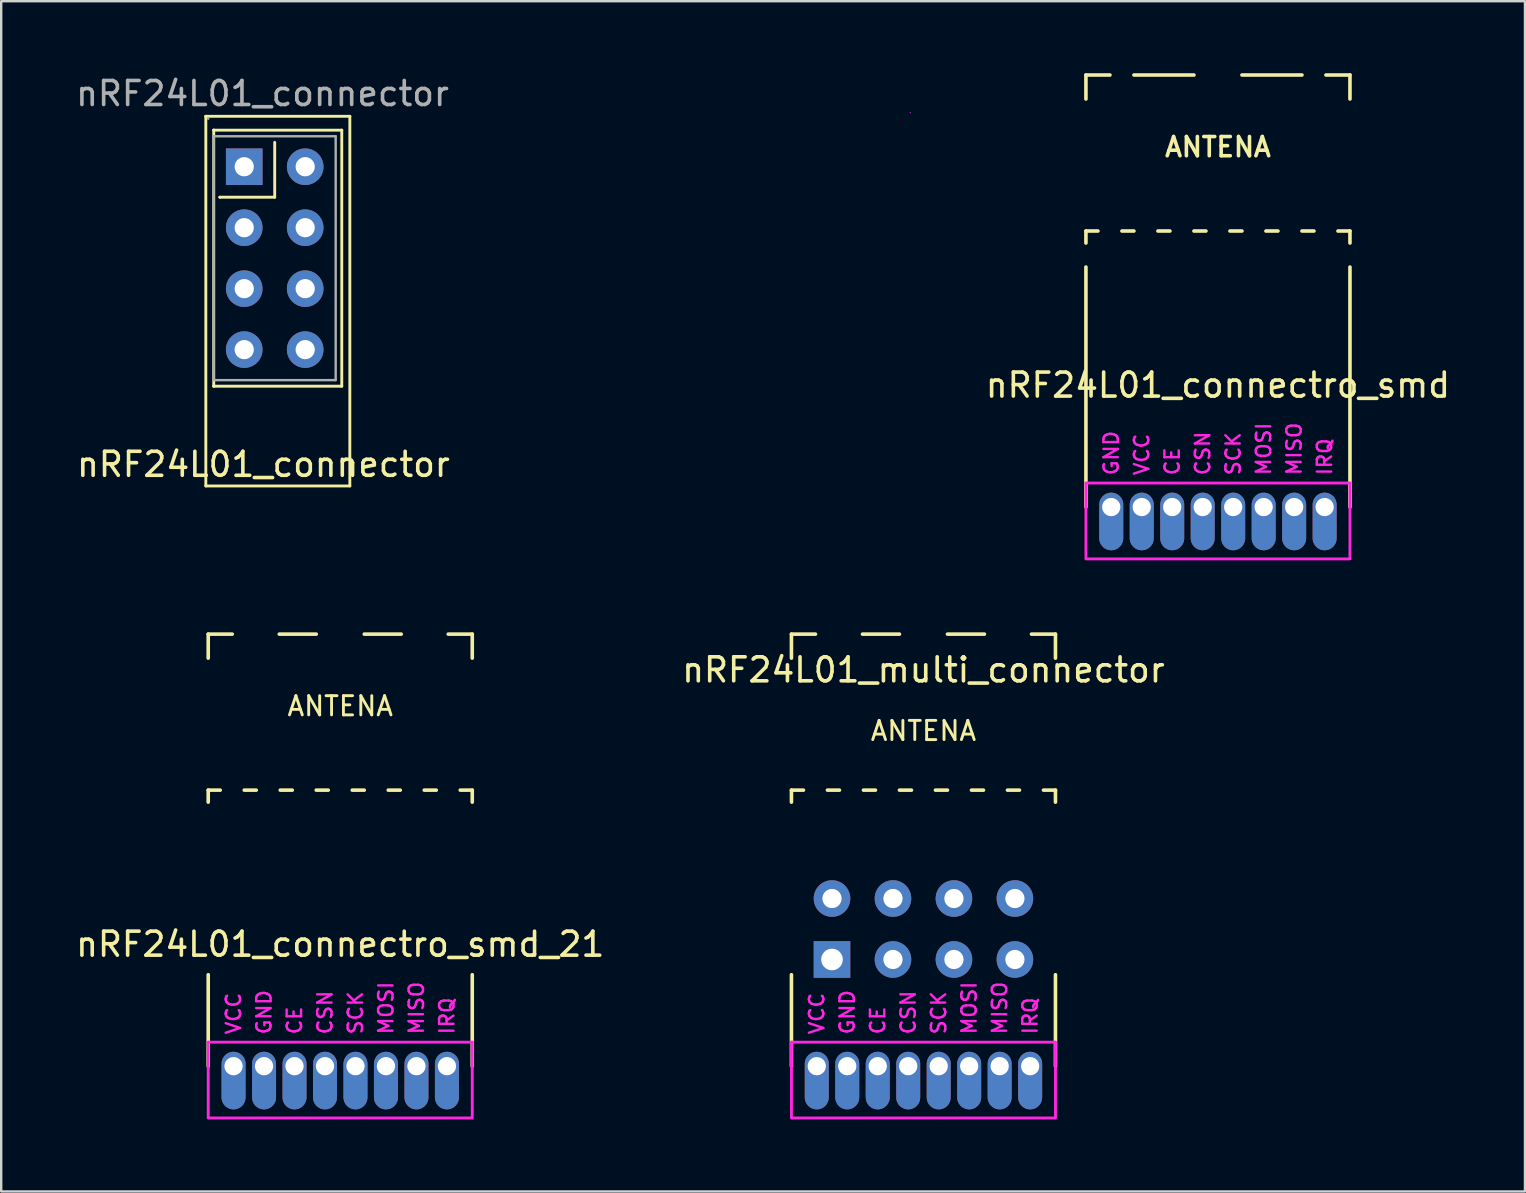
<source format=kicad_pcb>
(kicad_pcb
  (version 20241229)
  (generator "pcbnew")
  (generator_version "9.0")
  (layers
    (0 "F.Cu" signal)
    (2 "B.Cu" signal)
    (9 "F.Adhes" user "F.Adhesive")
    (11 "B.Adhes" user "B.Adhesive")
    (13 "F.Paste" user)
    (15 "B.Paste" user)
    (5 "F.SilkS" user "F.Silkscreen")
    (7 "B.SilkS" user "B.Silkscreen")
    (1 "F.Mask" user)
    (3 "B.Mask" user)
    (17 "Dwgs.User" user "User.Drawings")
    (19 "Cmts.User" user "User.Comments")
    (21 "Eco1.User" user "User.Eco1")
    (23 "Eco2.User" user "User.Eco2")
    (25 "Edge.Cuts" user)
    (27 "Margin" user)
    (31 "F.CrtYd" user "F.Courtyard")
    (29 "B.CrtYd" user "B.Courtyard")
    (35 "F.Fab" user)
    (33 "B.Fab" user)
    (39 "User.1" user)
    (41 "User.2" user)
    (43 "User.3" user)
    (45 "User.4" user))
  (footprint "nRF24L01_multi_connector"
    (layer "F.Cu")
    (at 35.423 41.369)
    (property "Reference" "nRF24L01_multi_connector" (at 0 -16.51 0) (layer "F.SilkS") (effects (font (size 1 1) (thickness 0.15))))
    (attr through_hole)
    (fp_line (start -5.5 -18) (end -4.5 -18) (stroke (width 0.15) (type solid)) (layer "F.SilkS"))
    (fp_line (start -5.5 -17) (end -5.5 -18) (stroke (width 0.15) (type solid)) (layer "F.SilkS"))
    (fp_line (start -5.5 -11.5) (end -5 -11.5) (stroke (width 0.15) (type solid)) (layer "F.SilkS"))
    (fp_line (start -5.5 -11) (end -5.5 -11.5) (stroke (width 0.15) (type solid)) (layer "F.SilkS"))
    (fp_line (start -5.5 0) (end -5.5 -3.81) (stroke (width 0.15) (type solid)) (layer "F.SilkS"))
    (fp_line (start -4 -11.5) (end -3.5 -11.5) (stroke (width 0.15) (type solid)) (layer "F.SilkS"))
    (fp_line (start -2.54 -18) (end -1 -18) (stroke (width 0.15) (type solid)) (layer "F.SilkS"))
    (fp_line (start -2.5 -11.5) (end -2 -11.5) (stroke (width 0.15) (type solid)) (layer "F.SilkS"))
    (fp_line (start -1 -11.5) (end -0.5 -11.5) (stroke (width 0.15) (type solid)) (layer "F.SilkS"))
    (fp_line (start 0.5 -11.5) (end 1 -11.5) (stroke (width 0.15) (type solid)) (layer "F.SilkS"))
    (fp_line (start 1 -18) (end 2.54 -18) (stroke (width 0.15) (type solid)) (layer "F.SilkS"))
    (fp_line (start 2 -11.5) (end 2.5 -11.5) (stroke (width 0.15) (type solid)) (layer "F.SilkS"))
    (fp_line (start 3.5 -11.5) (end 4 -11.5) (stroke (width 0.15) (type solid)) (layer "F.SilkS"))
    (fp_line (start 4.5 -18) (end 5.5 -18) (stroke (width 0.15) (type solid)) (layer "F.SilkS"))
    (fp_line (start 5 -11.5) (end 5.5 -11.5) (stroke (width 0.15) (type solid)) (layer "F.SilkS"))
    (fp_line (start 5.5 -18) (end 5.5 -17) (stroke (width 0.15) (type solid)) (layer "F.SilkS"))
    (fp_line (start 5.5 -11.5) (end 5.5 -11) (stroke (width 0.15) (type solid)) (layer "F.SilkS"))
    (fp_line (start 5.5 -3.81) (end 5.5 0) (stroke (width 0.15) (type solid)) (layer "F.SilkS"))
    (fp_line (start -5.5 -1) (end 5.5 -1) (stroke (width 0.12) (type solid)) (layer "F.CrtYd"))
    (fp_line (start -5.5 2.159) (end -5.5 -1) (stroke (width 0.12) (type solid)) (layer "F.CrtYd"))
    (fp_line (start 5.461 2.159) (end -5.461 2.159) (stroke (width 0.12) (type solid)) (layer "F.CrtYd"))
    (fp_line (start 5.5 -1) (end 5.5 2.159) (stroke (width 0.12) (type solid)) (layer "F.CrtYd"))
    (fp_text user "ANTENA" (at 0 -13.97 0) (layer "F.SilkS") (effects (font (size 0.8 0.8) (thickness 0.12))))
    (fp_text user "VCC" (at -4.445 -1.27 90) (layer "F.CrtYd") (effects (font (size 0.6 0.6) (thickness 0.1)) (justify left)))
    (fp_text user "CE" (at -1.905 -1.27 90) (layer "F.CrtYd") (effects (font (size 0.6 0.6) (thickness 0.1)) (justify left)))
    (fp_text user "CSN" (at -0.635 -1.27 90) (layer "F.CrtYd") (effects (font (size 0.6 0.6) (thickness 0.1)) (justify left)))
    (fp_text user "GND" (at -3.175 -1.27 90) (layer "F.CrtYd") (effects (font (size 0.6 0.6) (thickness 0.1)) (justify left)))
    (fp_text user "MISO" (at 3.175 -1.27 90) (layer "F.CrtYd") (effects (font (size 0.6 0.6) (thickness 0.1)) (justify left)))
    (fp_text user "SCK" (at 0.635 -1.27 90) (layer "F.CrtYd") (effects (font (size 0.6 0.6) (thickness 0.1)) (justify left)))
    (fp_text user "IRQ" (at 4.445 -1.27 90) (layer "F.CrtYd") (effects (font (size 0.6 0.6) (thickness 0.1)) (justify left)))
    (fp_text user "MOSI" (at 1.905 -1.27 90) (layer "F.CrtYd") (effects (font (size 0.6 0.6) (thickness 0.1)) (justify left)))
    (pad "1" thru_hole rect (at -3.81 -4.445) (size 1.524 1.524) (drill 0.9) (layers "*.Cu" "*.Mask"))
    (pad "1" thru_hole oval (at -3.175 0) (size 1 2.4) (drill 0.76 (offset 0 0.6)) (layers "*.Cu" "*.Mask"))
    (pad "2" thru_hole oval (at -4.445 0) (size 1 2.4) (drill 0.76 (offset 0 0.6)) (layers "*.Cu" "*.Mask"))
    (pad "2" thru_hole circle (at -3.81 -6.985) (size 1.524 1.524) (drill 0.8) (layers "*.Cu" "*.Mask"))
    (pad "3" thru_hole oval (at -1.905 0) (size 1 2.4) (drill 0.76 (offset 0 0.6)) (layers "*.Cu" "*.Mask"))
    (pad "3" thru_hole circle (at -1.27 -4.445) (size 1.524 1.524) (drill 0.8) (layers "*.Cu" "*.Mask"))
    (pad "4" thru_hole circle (at -1.27 -6.985) (size 1.524 1.524) (drill 0.8) (layers "*.Cu" "*.Mask"))
    (pad "4" thru_hole oval (at -0.635 0) (size 1 2.4) (drill 0.76 (offset 0 0.6)) (layers "*.Cu" "*.Mask"))
    (pad "5" thru_hole oval (at 0.635 0) (size 1 2.4) (drill 0.76 (offset 0 0.6)) (layers "*.Cu" "*.Mask"))
    (pad "5" thru_hole circle (at 1.27 -4.445) (size 1.524 1.524) (drill 0.8) (layers "*.Cu" "*.Mask"))
    (pad "6" thru_hole circle (at 1.27 -6.985) (size 1.524 1.524) (drill 0.8) (layers "*.Cu" "*.Mask"))
    (pad "6" thru_hole oval (at 1.905 0) (size 1 2.4) (drill 0.76 (offset 0 0.6)) (layers "*.Cu" "*.Mask"))
    (pad "7" thru_hole oval (at 3.175 0) (size 1 2.4) (drill 0.76 (offset 0 0.6)) (layers "*.Cu" "*.Mask"))
    (pad "7" thru_hole circle (at 3.81 -4.445) (size 1.524 1.524) (drill 0.8) (layers "*.Cu" "*.Mask"))
    (pad "8" thru_hole circle (at 3.81 -6.985) (size 1.524 1.524) (drill 0.8) (layers "*.Cu" "*.Mask"))
    (pad "8" thru_hole oval (at 4.445 0) (size 1 2.4) (drill 0.76 (offset 0 0.6)) (layers "*.Cu" "*.Mask")))
  (footprint "nRF24L01_connectro_smd"
    (layer "F.Cu")
    (at 47.692 18.075)
    (property "Reference" "nRF24L01_connectro_smd" (at 0 -5.08 0) (layer "F.SilkS") (effects (font (size 1 1) (thickness 0.15))))
    (attr through_hole)
    (fp_line (start -5.5 -18) (end -4.5 -18) (stroke (width 0.15) (type solid)) (layer "F.SilkS"))
    (fp_line (start -5.5 -17) (end -5.5 -18) (stroke (width 0.15) (type solid)) (layer "F.SilkS"))
    (fp_line (start -5.5 -11.5) (end -5 -11.5) (stroke (width 0.15) (type solid)) (layer "F.SilkS"))
    (fp_line (start -5.5 -11) (end -5.5 -11.5) (stroke (width 0.15) (type solid)) (layer "F.SilkS"))
    (fp_line (start -5.5 0) (end -5.5 -10) (stroke (width 0.15) (type solid)) (layer "F.SilkS"))
    (fp_line (start -4 -11.5) (end -3.5 -11.5) (stroke (width 0.15) (type solid)) (layer "F.SilkS"))
    (fp_line (start -3.5 -18) (end -1 -18) (stroke (width 0.15) (type solid)) (layer "F.SilkS"))
    (fp_line (start -2.5 -11.5) (end -2 -11.5) (stroke (width 0.15) (type solid)) (layer "F.SilkS"))
    (fp_line (start -1 -11.5) (end -0.5 -11.5) (stroke (width 0.15) (type solid)) (layer "F.SilkS"))
    (fp_line (start 0.5 -11.5) (end 1 -11.5) (stroke (width 0.15) (type solid)) (layer "F.SilkS"))
    (fp_line (start 1 -18) (end 3.5 -18) (stroke (width 0.15) (type solid)) (layer "F.SilkS"))
    (fp_line (start 2 -11.5) (end 2.5 -11.5) (stroke (width 0.15) (type solid)) (layer "F.SilkS"))
    (fp_line (start 3.5 -11.5) (end 4 -11.5) (stroke (width 0.15) (type solid)) (layer "F.SilkS"))
    (fp_line (start 4.5 -18) (end 5.5 -18) (stroke (width 0.15) (type solid)) (layer "F.SilkS"))
    (fp_line (start 5 -11.5) (end 5.5 -11.5) (stroke (width 0.15) (type solid)) (layer "F.SilkS"))
    (fp_line (start 5.5 -18) (end 5.5 -17) (stroke (width 0.15) (type solid)) (layer "F.SilkS"))
    (fp_line (start 5.5 -11.5) (end 5.5 -11) (stroke (width 0.15) (type solid)) (layer "F.SilkS"))
    (fp_line (start 5.5 -10) (end 5.5 0) (stroke (width 0.15) (type solid)) (layer "F.SilkS"))
    (fp_line (start -5.5 -1) (end 5.5 -1) (stroke (width 0.12) (type solid)) (layer "F.CrtYd"))
    (fp_line (start -5.5 2.159) (end -5.5 -1) (stroke (width 0.12) (type solid)) (layer "F.CrtYd"))
    (fp_line (start 5.461 2.159) (end -5.461 2.159) (stroke (width 0.12) (type solid)) (layer "F.CrtYd"))
    (fp_line (start 5.5 -1) (end 5.5 2.159) (stroke (width 0.12) (type solid)) (layer "F.CrtYd"))
    (fp_text user "ANTENA" (at 0 -15 0) (layer "F.SilkS") (effects (font (size 0.8 0.8) (thickness 0.15))))
    (fp_text user "MISO" (at 3.175 -1.27 90) (layer "F.CrtYd") (effects (font (size 0.6 0.6) (thickness 0.1)) (justify left)))
    (fp_text user "MOSI" (at 1.905 -1.27 90) (layer "F.CrtYd") (effects (font (size 0.6 0.6) (thickness 0.1)) (justify left)))
    (fp_text user "CE" (at -1.905 -1.27 90) (layer "F.CrtYd") (effects (font (size 0.6 0.6) (thickness 0.1)) (justify left)))
    (fp_text user "GND" (at -4.445 -1.27 90) (layer "F.CrtYd") (effects (font (size 0.6 0.6) (thickness 0.1)) (justify left)))
    (fp_text user "SCK" (at 0.635 -1.27 90) (layer "F.CrtYd") (effects (font (size 0.6 0.6) (thickness 0.1)) (justify left)))
    (fp_text user "CSN" (at -0.635 -1.27 90) (layer "F.CrtYd") (effects (font (size 0.6 0.6) (thickness 0.1)) (justify left)))
    (fp_text user "VCC" (at -3.175 -1.27 90) (layer "F.CrtYd") (effects (font (size 0.6 0.6) (thickness 0.1)) (justify left)))
    (fp_text user "IRQ" (at 4.445 -1.27 90) (layer "F.CrtYd") (effects (font (size 0.6 0.6) (thickness 0.1)) (justify left)))
    (pad "1" thru_hole oval (at -4.445 0) (size 1 2.4) (drill 0.76 (offset 0 0.6)) (layers "*.Cu" "*.Mask"))
    (pad "2" thru_hole oval (at -3.175 0) (size 1 2.4) (drill 0.76 (offset 0 0.6)) (layers "*.Cu" "*.Mask"))
    (pad "3" thru_hole oval (at -1.905 0) (size 1 2.4) (drill 0.76 (offset 0 0.6)) (layers "*.Cu" "*.Mask"))
    (pad "4" thru_hole oval (at -0.635 0) (size 1 2.4) (drill 0.76 (offset 0 0.6)) (layers "*.Cu" "*.Mask"))
    (pad "5" thru_hole oval (at 0.635 0) (size 1 2.4) (drill 0.76 (offset 0 0.6)) (layers "*.Cu" "*.Mask"))
    (pad "6" thru_hole oval (at 1.905 0) (size 1 2.4) (drill 0.76 (offset 0 0.6)) (layers "*.Cu" "*.Mask"))
    (pad "7" thru_hole oval (at 3.175 0) (size 1 2.4) (drill 0.76 (offset 0 0.6)) (layers "*.Cu" "*.Mask"))
    (pad "8" thru_hole oval (at 4.445 0) (size 1 2.4) (drill 0.76 (offset 0 0.6)) (layers "*.Cu" "*.Mask")))
  (footprint "nRF24L01_connector"
    (layer "F.Cu")
    (at 7.125 3.896)
    (property "Reference" "nRF24L01_connector" (at 0.8 12.4 0) (layer "F.SilkS") (effects (font (size 1 1) (thickness 0.15))))
    (attr through_hole)
    (fp_line (start -1.6 -2.1) (end -1.6 -2.1) (stroke (width 0.12) (type solid)) (layer "F.SilkS"))
    (fp_line (start -1.6 -2.1) (end 4.4 -2.1) (stroke (width 0.12) (type solid)) (layer "F.SilkS"))
    (fp_line (start -1.6 13.3) (end -1.6 -2.1) (stroke (width 0.12) (type solid)) (layer "F.SilkS"))
    (fp_line (start -1.27 -1.524) (end -1.27 -1.524) (stroke (width 0.12) (type solid)) (layer "F.SilkS"))
    (fp_line (start -1.27 -1.524) (end 4.064 -1.524) (stroke (width 0.12) (type solid)) (layer "F.SilkS"))
    (fp_line (start -1.27 9.144) (end -1.27 -1.524) (stroke (width 0.12) (type solid)) (layer "F.SilkS"))
    (fp_line (start -1.27 9.144) (end -1.27 9.144) (stroke (width 0.12) (type solid)) (layer "F.SilkS"))
    (fp_line (start -1.016 1.27) (end -1.016 1.27) (stroke (width 0.12) (type solid)) (layer "F.SilkS"))
    (fp_line (start 1.27 -1.016) (end 1.27 1.27) (stroke (width 0.12) (type solid)) (layer "F.SilkS"))
    (fp_line (start 1.27 1.27) (end -1.016 1.27) (stroke (width 0.12) (type solid)) (layer "F.SilkS"))
    (fp_line (start 4.064 -1.524) (end 4.064 9.144) (stroke (width 0.12) (type solid)) (layer "F.SilkS"))
    (fp_line (start 4.064 9.144) (end -1.27 9.144) (stroke (width 0.12) (type solid)) (layer "F.SilkS"))
    (fp_line (start 4.4 -2.1) (end 4.4 13.3) (stroke (width 0.12) (type solid)) (layer "F.SilkS"))
    (fp_line (start 4.4 13.3) (end -1.6 13.3) (stroke (width 0.12) (type solid)) (layer "F.SilkS"))
    (fp_line (start 27.75 -2.25) (end 27.75 -2.25) (stroke (width 0.05) (type solid)) (layer "F.CrtYd"))
    (fp_line (start -1.5 -2) (end -1.5 -2) (stroke (width 0.1) (type solid)) (layer "F.Fab"))
    (fp_line (start -1.27 -1.27) (end -1.27 -1.27) (stroke (width 0.1) (type solid)) (layer "F.Fab"))
    (fp_line (start -1.27 -1.27) (end 3.81 -1.27) (stroke (width 0.1) (type solid)) (layer "F.Fab"))
    (fp_line (start -1.27 8.89) (end -1.27 -1.27) (stroke (width 0.1) (type solid)) (layer "F.Fab"))
    (fp_line (start 3.81 -1.27) (end 3.81 8.89) (stroke (width 0.1) (type solid)) (layer "F.Fab"))
    (fp_line (start 3.81 8.89) (end -1.27 8.89) (stroke (width 0.1) (type solid)) (layer "F.Fab"))
    (fp_text user "${REFERENCE}" (at 0.762 -3.048 0) (layer "F.Fab") (effects (font (size 1 1) (thickness 0.15))))
    (pad "1" thru_hole rect (at 0 0) (size 1.524 1.524) (drill 0.8) (layers "*.Cu" "*.Mask"))
    (pad "2" thru_hole circle (at 2.54 0) (size 1.524 1.524) (drill 0.8) (layers "*.Cu" "*.Mask"))
    (pad "3" thru_hole circle (at 0 2.54) (size 1.524 1.524) (drill 0.8) (layers "*.Cu" "*.Mask"))
    (pad "4" thru_hole circle (at 2.54 2.54) (size 1.524 1.524) (drill 0.8) (layers "*.Cu" "*.Mask"))
    (pad "5" thru_hole circle (at 0 5.08) (size 1.524 1.524) (drill 0.8) (layers "*.Cu" "*.Mask"))
    (pad "6" thru_hole circle (at 2.54 5.08) (size 1.524 1.524) (drill 0.8) (layers "*.Cu" "*.Mask"))
    (pad "7" thru_hole circle (at 0 7.62) (size 1.524 1.524) (drill 0.8) (layers "*.Cu" "*.Mask"))
    (pad "8" thru_hole circle (at 2.54 7.62) (size 1.524 1.524) (drill 0.8) (layers "*.Cu" "*.Mask")))
  (footprint "nRF24L01_connectro_smd_21"
    (layer "F.Cu")
    (at 11.125 41.369)
    (property "Reference" "nRF24L01_connectro_smd_21" (at 0 -5.08 0) (layer "F.SilkS") (effects (font (size 1 1) (thickness 0.15))))
    (attr through_hole)
    (fp_line (start -5.5 -18) (end -4.5 -18) (stroke (width 0.15) (type solid)) (layer "F.SilkS"))
    (fp_line (start -5.5 -17) (end -5.5 -18) (stroke (width 0.15) (type solid)) (layer "F.SilkS"))
    (fp_line (start -5.5 -11.5) (end -5 -11.5) (stroke (width 0.15) (type solid)) (layer "F.SilkS"))
    (fp_line (start -5.5 -11) (end -5.5 -11.5) (stroke (width 0.15) (type solid)) (layer "F.SilkS"))
    (fp_line (start -5.5 0) (end -5.5 -3.81) (stroke (width 0.15) (type solid)) (layer "F.SilkS"))
    (fp_line (start -4 -11.5) (end -3.5 -11.5) (stroke (width 0.15) (type solid)) (layer "F.SilkS"))
    (fp_line (start -2.54 -18) (end -1 -18) (stroke (width 0.15) (type solid)) (layer "F.SilkS"))
    (fp_line (start -2.5 -11.5) (end -2 -11.5) (stroke (width 0.15) (type solid)) (layer "F.SilkS"))
    (fp_line (start -1 -11.5) (end -0.5 -11.5) (stroke (width 0.15) (type solid)) (layer "F.SilkS"))
    (fp_line (start 0.5 -11.5) (end 1 -11.5) (stroke (width 0.15) (type solid)) (layer "F.SilkS"))
    (fp_line (start 1 -18) (end 2.54 -18) (stroke (width 0.15) (type solid)) (layer "F.SilkS"))
    (fp_line (start 2 -11.5) (end 2.5 -11.5) (stroke (width 0.15) (type solid)) (layer "F.SilkS"))
    (fp_line (start 3.5 -11.5) (end 4 -11.5) (stroke (width 0.15) (type solid)) (layer "F.SilkS"))
    (fp_line (start 4.5 -18) (end 5.5 -18) (stroke (width 0.15) (type solid)) (layer "F.SilkS"))
    (fp_line (start 5 -11.5) (end 5.5 -11.5) (stroke (width 0.15) (type solid)) (layer "F.SilkS"))
    (fp_line (start 5.5 -18) (end 5.5 -17) (stroke (width 0.15) (type solid)) (layer "F.SilkS"))
    (fp_line (start 5.5 -11.5) (end 5.5 -11) (stroke (width 0.15) (type solid)) (layer "F.SilkS"))
    (fp_line (start 5.5 -3.81) (end 5.5 0) (stroke (width 0.15) (type solid)) (layer "F.SilkS"))
    (fp_line (start -5.5 -1) (end 5.5 -1) (stroke (width 0.12) (type solid)) (layer "F.CrtYd"))
    (fp_line (start -5.5 2.159) (end -5.5 -1) (stroke (width 0.12) (type solid)) (layer "F.CrtYd"))
    (fp_line (start 5.461 2.159) (end -5.461 2.159) (stroke (width 0.12) (type solid)) (layer "F.CrtYd"))
    (fp_line (start 5.5 -1) (end 5.5 2.159) (stroke (width 0.12) (type solid)) (layer "F.CrtYd"))
    (fp_text user "ANTENA" (at 0 -15 0) (layer "F.SilkS") (effects (font (size 0.8 0.8) (thickness 0.12))))
    (fp_text user "IRQ" (at 4.445 -1.27 90) (layer "F.CrtYd") (effects (font (size 0.6 0.6) (thickness 0.1)) (justify left)))
    (fp_text user "SCK" (at 0.635 -1.27 90) (layer "F.CrtYd") (effects (font (size 0.6 0.6) (thickness 0.1)) (justify left)))
    (fp_text user "CE" (at -1.905 -1.27 90) (layer "F.CrtYd") (effects (font (size 0.6 0.6) (thickness 0.1)) (justify left)))
    (fp_text user "GND" (at -3.175 -1.27 90) (layer "F.CrtYd") (effects (font (size 0.6 0.6) (thickness 0.1)) (justify left)))
    (fp_text user "VCC" (at -4.445 -1.27 90) (layer "F.CrtYd") (effects (font (size 0.6 0.6) (thickness 0.1)) (justify left)))
    (fp_text user "MOSI" (at 1.905 -1.27 90) (layer "F.CrtYd") (effects (font (size 0.6 0.6) (thickness 0.1)) (justify left)))
    (fp_text user "MISO" (at 3.175 -1.27 90) (layer "F.CrtYd") (effects (font (size 0.6 0.6) (thickness 0.1)) (justify left)))
    (fp_text user "CSN" (at -0.635 -1.27 90) (layer "F.CrtYd") (effects (font (size 0.6 0.6) (thickness 0.1)) (justify left)))
    (pad "1" thru_hole oval (at -3.175 0) (size 1 2.4) (drill 0.76 (offset 0 0.6)) (layers "*.Cu" "*.Mask"))
    (pad "2" thru_hole oval (at -4.445 0) (size 1 2.4) (drill 0.76 (offset 0 0.6)) (layers "*.Cu" "*.Mask"))
    (pad "3" thru_hole oval (at -1.905 0) (size 1 2.4) (drill 0.76 (offset 0 0.6)) (layers "*.Cu" "*.Mask"))
    (pad "4" thru_hole oval (at -0.635 0) (size 1 2.4) (drill 0.76 (offset 0 0.6)) (layers "*.Cu" "*.Mask"))
    (pad "5" thru_hole oval (at 0.635 0) (size 1 2.4) (drill 0.76 (offset 0 0.6)) (layers "*.Cu" "*.Mask"))
    (pad "6" thru_hole oval (at 1.905 0) (size 1 2.4) (drill 0.76 (offset 0 0.6)) (layers "*.Cu" "*.Mask"))
    (pad "7" thru_hole oval (at 3.175 0) (size 1 2.4) (drill 0.76 (offset 0 0.6)) (layers "*.Cu" "*.Mask"))
    (pad "8" thru_hole oval (at 4.445 0) (size 1 2.4) (drill 0.76 (offset 0 0.6)) (layers "*.Cu" "*.Mask")))
  (gr_rect
    (start -3 -3)
    (end 60.483 46.588)
    (stroke (width 0.1) (type default))
    (fill no)
    (layer "Edge.Cuts")))
</source>
